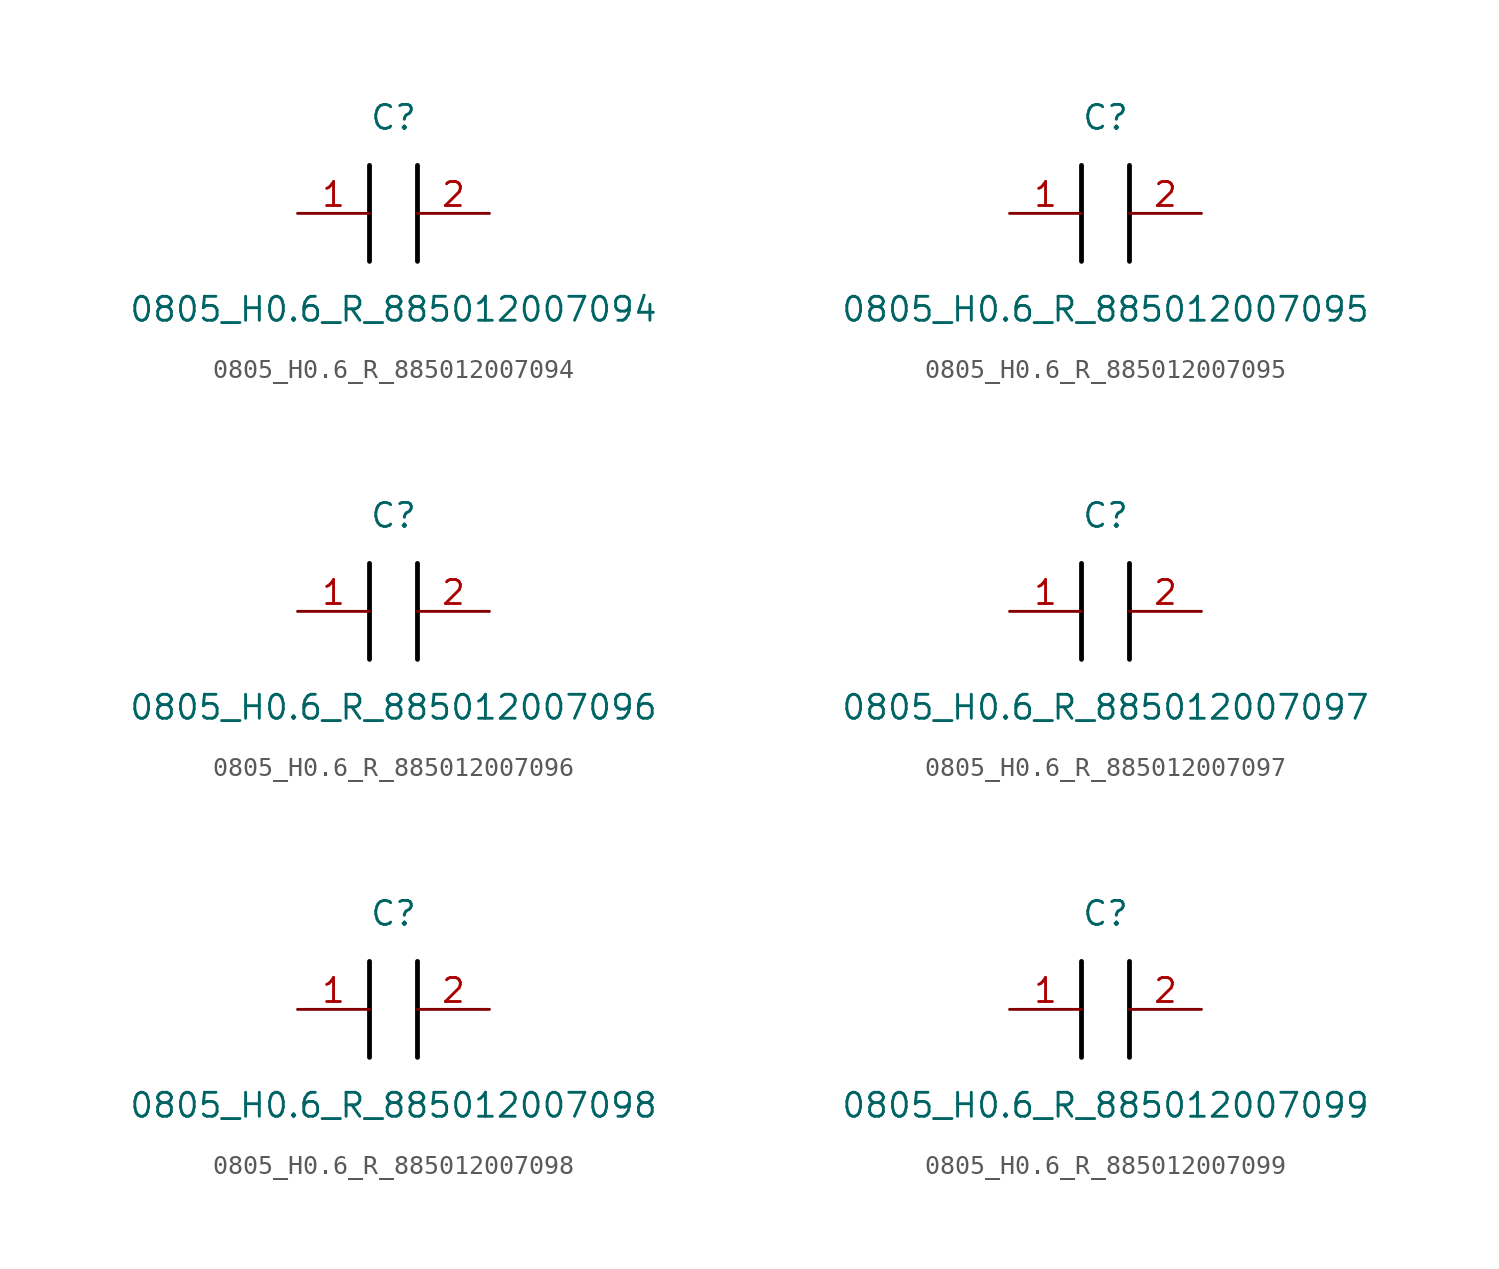
<source format=kicad_sym>
(kicad_symbol_lib
  (version 20220914)
  (generator kicad_symbol_editor)
  (symbol "0805_H0.6_R_885012007094"
    (pin_names hide)
    (property "Reference" "C"
      (at 0 5.08 0)
      (effects (font (size 1.27 1.27))))
    (property "Value" "0805_H0.6_R_885012007094"
      (at 0 -5.08 0)
      (effects (font (size 1.27 1.27))))
    (symbol "0805_H0.6_R_885012007094_1_1"
      (polyline (pts (xy -1.27 2.54) (xy -1.27 -2.54)) (stroke (width 0.254) (type default) (color 0 0 0 1)) (fill (type none)))
      (polyline (pts (xy 1.27 2.54) (xy 1.27 -2.54)) (stroke (width 0.254) (type default) (color 0 0 0 1)) (fill (type none)))
      (pin passive line (at -5.08 0 0) (length 3.81) (name "1" (effects (font (size 1.27 1.27)))) (number "1" (effects (font (size 1.27 1.27)))))
      (pin passive line (at 5.08 0 180) (length 3.81) (name "2" (effects (font (size 1.27 1.27)))) (number "2" (effects (font (size 1.27 1.27)))))))
  (symbol "0805_H0.6_R_885012007095"
    (pin_names hide)
    (property "Reference" "C"
      (at 0 5.08 0)
      (effects (font (size 1.27 1.27))))
    (property "Value" "0805_H0.6_R_885012007095"
      (at 0 -5.08 0)
      (effects (font (size 1.27 1.27))))
    (symbol "0805_H0.6_R_885012007095_1_1"
      (polyline (pts (xy -1.27 2.54) (xy -1.27 -2.54)) (stroke (width 0.254) (type default) (color 0 0 0 1)) (fill (type none)))
      (polyline (pts (xy 1.27 2.54) (xy 1.27 -2.54)) (stroke (width 0.254) (type default) (color 0 0 0 1)) (fill (type none)))
      (pin passive line (at -5.08 0 0) (length 3.81) (name "1" (effects (font (size 1.27 1.27)))) (number "1" (effects (font (size 1.27 1.27)))))
      (pin passive line (at 5.08 0 180) (length 3.81) (name "2" (effects (font (size 1.27 1.27)))) (number "2" (effects (font (size 1.27 1.27)))))))
  (symbol "0805_H0.6_R_885012007096"
    (pin_names hide)
    (property "Reference" "C"
      (at 0 5.08 0)
      (effects (font (size 1.27 1.27))))
    (property "Value" "0805_H0.6_R_885012007096"
      (at 0 -5.08 0)
      (effects (font (size 1.27 1.27))))
    (symbol "0805_H0.6_R_885012007096_1_1"
      (polyline (pts (xy -1.27 2.54) (xy -1.27 -2.54)) (stroke (width 0.254) (type default) (color 0 0 0 1)) (fill (type none)))
      (polyline (pts (xy 1.27 2.54) (xy 1.27 -2.54)) (stroke (width 0.254) (type default) (color 0 0 0 1)) (fill (type none)))
      (pin passive line (at -5.08 0 0) (length 3.81) (name "1" (effects (font (size 1.27 1.27)))) (number "1" (effects (font (size 1.27 1.27)))))
      (pin passive line (at 5.08 0 180) (length 3.81) (name "2" (effects (font (size 1.27 1.27)))) (number "2" (effects (font (size 1.27 1.27)))))))
  (symbol "0805_H0.6_R_885012007097"
    (pin_names hide)
    (property "Reference" "C"
      (at 0 5.08 0)
      (effects (font (size 1.27 1.27))))
    (property "Value" "0805_H0.6_R_885012007097"
      (at 0 -5.08 0)
      (effects (font (size 1.27 1.27))))
    (symbol "0805_H0.6_R_885012007097_1_1"
      (polyline (pts (xy -1.27 2.54) (xy -1.27 -2.54)) (stroke (width 0.254) (type default) (color 0 0 0 1)) (fill (type none)))
      (polyline (pts (xy 1.27 2.54) (xy 1.27 -2.54)) (stroke (width 0.254) (type default) (color 0 0 0 1)) (fill (type none)))
      (pin passive line (at -5.08 0 0) (length 3.81) (name "1" (effects (font (size 1.27 1.27)))) (number "1" (effects (font (size 1.27 1.27)))))
      (pin passive line (at 5.08 0 180) (length 3.81) (name "2" (effects (font (size 1.27 1.27)))) (number "2" (effects (font (size 1.27 1.27)))))))
  (symbol "0805_H0.6_R_885012007098"
    (pin_names hide)
    (property "Reference" "C"
      (at 0 5.08 0)
      (effects (font (size 1.27 1.27))))
    (property "Value" "0805_H0.6_R_885012007098"
      (at 0 -5.08 0)
      (effects (font (size 1.27 1.27))))
    (symbol "0805_H0.6_R_885012007098_1_1"
      (polyline (pts (xy -1.27 2.54) (xy -1.27 -2.54)) (stroke (width 0.254) (type default) (color 0 0 0 1)) (fill (type none)))
      (polyline (pts (xy 1.27 2.54) (xy 1.27 -2.54)) (stroke (width 0.254) (type default) (color 0 0 0 1)) (fill (type none)))
      (pin passive line (at -5.08 0 0) (length 3.81) (name "1" (effects (font (size 1.27 1.27)))) (number "1" (effects (font (size 1.27 1.27)))))
      (pin passive line (at 5.08 0 180) (length 3.81) (name "2" (effects (font (size 1.27 1.27)))) (number "2" (effects (font (size 1.27 1.27)))))))
  (symbol "0805_H0.6_R_885012007099"
    (pin_names hide)
    (property "Reference" "C"
      (at 0 5.08 0)
      (effects (font (size 1.27 1.27))))
    (property "Value" "0805_H0.6_R_885012007099"
      (at 0 -5.08 0)
      (effects (font (size 1.27 1.27))))
    (symbol "0805_H0.6_R_885012007099_1_1"
      (polyline (pts (xy -1.27 2.54) (xy -1.27 -2.54)) (stroke (width 0.254) (type default) (color 0 0 0 1)) (fill (type none)))
      (polyline (pts (xy 1.27 2.54) (xy 1.27 -2.54)) (stroke (width 0.254) (type default) (color 0 0 0 1)) (fill (type none)))
      (pin passive line (at -5.08 0 0) (length 3.81) (name "1" (effects (font (size 1.27 1.27)))) (number "1" (effects (font (size 1.27 1.27)))))
      (pin passive line (at 5.08 0 180) (length 3.81) (name "2" (effects (font (size 1.27 1.27)))) (number "2" (effects (font (size 1.27 1.27))))))))
</source>
